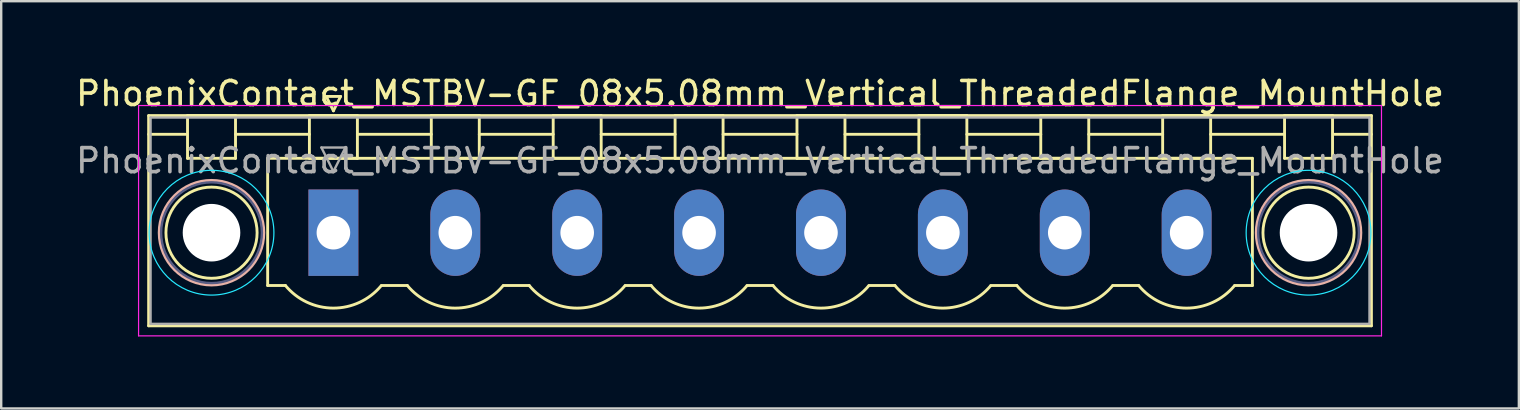
<source format=kicad_pcb>
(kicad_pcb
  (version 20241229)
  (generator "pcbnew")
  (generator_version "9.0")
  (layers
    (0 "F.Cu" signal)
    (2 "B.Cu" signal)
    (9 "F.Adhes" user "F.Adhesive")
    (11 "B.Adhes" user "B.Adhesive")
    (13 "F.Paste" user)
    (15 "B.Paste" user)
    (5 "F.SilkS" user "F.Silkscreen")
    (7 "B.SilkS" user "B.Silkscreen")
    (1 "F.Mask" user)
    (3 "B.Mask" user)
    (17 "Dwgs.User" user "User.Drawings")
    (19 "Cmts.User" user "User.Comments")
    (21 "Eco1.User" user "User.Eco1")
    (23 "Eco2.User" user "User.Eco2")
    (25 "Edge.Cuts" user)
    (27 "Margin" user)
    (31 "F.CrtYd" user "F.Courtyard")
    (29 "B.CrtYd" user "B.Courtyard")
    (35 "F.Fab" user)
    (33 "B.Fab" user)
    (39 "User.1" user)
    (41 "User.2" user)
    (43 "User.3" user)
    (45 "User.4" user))
  (footprint "PhoenixContact_MSTBV-GF_08x5.08mm_Vertical_ThreadedFlange_MountHole"
    (layer "F.Cu")
    (at 10.845 6.648)
    (property "Reference" "PhoenixContact_MSTBV-GF_08x5.08mm_Vertical_ThreadedFlange_MountHole" (at 17.78 -5.8 0) (layer "F.SilkS") (effects (font (size 1 1) (thickness 0.15))))
    (attr through_hole)
    (fp_line (start -7.7 -4.88) (end -7.7 3.88) (stroke (width 0.12) (type solid)) (layer "F.SilkS"))
    (fp_line (start -7.7 -4.1) (end -6.16 -4.1) (stroke (width 0.12) (type solid)) (layer "F.SilkS"))
    (fp_line (start -7.7 3.88) (end 43.26 3.88) (stroke (width 0.12) (type solid)) (layer "F.SilkS"))
    (fp_line (start -6.08 -4.88) (end -4.08 -4.88) (stroke (width 0.12) (type solid)) (layer "F.SilkS"))
    (fp_line (start -6.08 -3.1) (end -6.08 -4.88) (stroke (width 0.12) (type solid)) (layer "F.SilkS"))
    (fp_line (start -4.08 -4.88) (end -4.08 -3.1) (stroke (width 0.12) (type solid)) (layer "F.SilkS"))
    (fp_line (start -4.08 -4.1) (end -1 -4.1) (stroke (width 0.12) (type solid)) (layer "F.SilkS"))
    (fp_line (start -4.08 -3.1) (end -6.08 -3.1) (stroke (width 0.12) (type solid)) (layer "F.SilkS"))
    (fp_line (start -2.74 -3.1) (end 38.3 -3.1) (stroke (width 0.12) (type solid)) (layer "F.SilkS"))
    (fp_line (start -2.74 2.2) (end -2.74 -3.1) (stroke (width 0.12) (type solid)) (layer "F.SilkS"))
    (fp_line (start -2 2.2) (end -2.74 2.2) (stroke (width 0.12) (type solid)) (layer "F.SilkS"))
    (fp_line (start -1 -4.88) (end 1 -4.88) (stroke (width 0.12) (type solid)) (layer "F.SilkS"))
    (fp_line (start -1 -3.1) (end -1 -4.88) (stroke (width 0.12) (type solid)) (layer "F.SilkS"))
    (fp_line (start -0.3 -5.68) (end 0.3 -5.68) (stroke (width 0.12) (type solid)) (layer "F.SilkS"))
    (fp_line (start 0 -5.08) (end -0.3 -5.68) (stroke (width 0.12) (type solid)) (layer "F.SilkS"))
    (fp_line (start 0.3 -5.68) (end 0 -5.08) (stroke (width 0.12) (type solid)) (layer "F.SilkS"))
    (fp_line (start 1 -4.88) (end 1 -3.1) (stroke (width 0.12) (type solid)) (layer "F.SilkS"))
    (fp_line (start 1 -4.1) (end 4.08 -4.1) (stroke (width 0.12) (type solid)) (layer "F.SilkS"))
    (fp_line (start 1 -3.1) (end -1 -3.1) (stroke (width 0.12) (type solid)) (layer "F.SilkS"))
    (fp_line (start 2 2.2) (end 3.08 2.2) (stroke (width 0.12) (type solid)) (layer "F.SilkS"))
    (fp_line (start 4.08 -4.88) (end 6.08 -4.88) (stroke (width 0.12) (type solid)) (layer "F.SilkS"))
    (fp_line (start 4.08 -3.1) (end 4.08 -4.88) (stroke (width 0.12) (type solid)) (layer "F.SilkS"))
    (fp_line (start 6.08 -4.88) (end 6.08 -3.1) (stroke (width 0.12) (type solid)) (layer "F.SilkS"))
    (fp_line (start 6.08 -4.1) (end 9.16 -4.1) (stroke (width 0.12) (type solid)) (layer "F.SilkS"))
    (fp_line (start 6.08 -3.1) (end 4.08 -3.1) (stroke (width 0.12) (type solid)) (layer "F.SilkS"))
    (fp_line (start 7.08 2.2) (end 8.16 2.2) (stroke (width 0.12) (type solid)) (layer "F.SilkS"))
    (fp_line (start 9.16 -4.88) (end 11.16 -4.88) (stroke (width 0.12) (type solid)) (layer "F.SilkS"))
    (fp_line (start 9.16 -3.1) (end 9.16 -4.88) (stroke (width 0.12) (type solid)) (layer "F.SilkS"))
    (fp_line (start 11.16 -4.88) (end 11.16 -3.1) (stroke (width 0.12) (type solid)) (layer "F.SilkS"))
    (fp_line (start 11.16 -4.1) (end 14.24 -4.1) (stroke (width 0.12) (type solid)) (layer "F.SilkS"))
    (fp_line (start 11.16 -3.1) (end 9.16 -3.1) (stroke (width 0.12) (type solid)) (layer "F.SilkS"))
    (fp_line (start 12.16 2.2) (end 13.24 2.2) (stroke (width 0.12) (type solid)) (layer "F.SilkS"))
    (fp_line (start 14.24 -4.88) (end 16.24 -4.88) (stroke (width 0.12) (type solid)) (layer "F.SilkS"))
    (fp_line (start 14.24 -3.1) (end 14.24 -4.88) (stroke (width 0.12) (type solid)) (layer "F.SilkS"))
    (fp_line (start 16.24 -4.88) (end 16.24 -3.1) (stroke (width 0.12) (type solid)) (layer "F.SilkS"))
    (fp_line (start 16.24 -4.1) (end 19.32 -4.1) (stroke (width 0.12) (type solid)) (layer "F.SilkS"))
    (fp_line (start 16.24 -3.1) (end 14.24 -3.1) (stroke (width 0.12) (type solid)) (layer "F.SilkS"))
    (fp_line (start 17.24 2.2) (end 18.32 2.2) (stroke (width 0.12) (type solid)) (layer "F.SilkS"))
    (fp_line (start 19.32 -4.88) (end 21.32 -4.88) (stroke (width 0.12) (type solid)) (layer "F.SilkS"))
    (fp_line (start 19.32 -3.1) (end 19.32 -4.88) (stroke (width 0.12) (type solid)) (layer "F.SilkS"))
    (fp_line (start 21.32 -4.88) (end 21.32 -3.1) (stroke (width 0.12) (type solid)) (layer "F.SilkS"))
    (fp_line (start 21.32 -4.1) (end 24.4 -4.1) (stroke (width 0.12) (type solid)) (layer "F.SilkS"))
    (fp_line (start 21.32 -3.1) (end 19.32 -3.1) (stroke (width 0.12) (type solid)) (layer "F.SilkS"))
    (fp_line (start 22.32 2.2) (end 23.4 2.2) (stroke (width 0.12) (type solid)) (layer "F.SilkS"))
    (fp_line (start 24.4 -4.88) (end 26.4 -4.88) (stroke (width 0.12) (type solid)) (layer "F.SilkS"))
    (fp_line (start 24.4 -3.1) (end 24.4 -4.88) (stroke (width 0.12) (type solid)) (layer "F.SilkS"))
    (fp_line (start 26.4 -4.88) (end 26.4 -3.1) (stroke (width 0.12) (type solid)) (layer "F.SilkS"))
    (fp_line (start 26.4 -4.1) (end 29.48 -4.1) (stroke (width 0.12) (type solid)) (layer "F.SilkS"))
    (fp_line (start 26.4 -3.1) (end 24.4 -3.1) (stroke (width 0.12) (type solid)) (layer "F.SilkS"))
    (fp_line (start 27.4 2.2) (end 28.48 2.2) (stroke (width 0.12) (type solid)) (layer "F.SilkS"))
    (fp_line (start 29.48 -4.88) (end 31.48 -4.88) (stroke (width 0.12) (type solid)) (layer "F.SilkS"))
    (fp_line (start 29.48 -3.1) (end 29.48 -4.88) (stroke (width 0.12) (type solid)) (layer "F.SilkS"))
    (fp_line (start 31.48 -4.88) (end 31.48 -3.1) (stroke (width 0.12) (type solid)) (layer "F.SilkS"))
    (fp_line (start 31.48 -4.1) (end 34.56 -4.1) (stroke (width 0.12) (type solid)) (layer "F.SilkS"))
    (fp_line (start 31.48 -3.1) (end 29.48 -3.1) (stroke (width 0.12) (type solid)) (layer "F.SilkS"))
    (fp_line (start 32.48 2.2) (end 33.56 2.2) (stroke (width 0.12) (type solid)) (layer "F.SilkS"))
    (fp_line (start 34.56 -4.88) (end 36.56 -4.88) (stroke (width 0.12) (type solid)) (layer "F.SilkS"))
    (fp_line (start 34.56 -3.1) (end 34.56 -4.88) (stroke (width 0.12) (type solid)) (layer "F.SilkS"))
    (fp_line (start 36.56 -4.88) (end 36.56 -3.1) (stroke (width 0.12) (type solid)) (layer "F.SilkS"))
    (fp_line (start 36.56 -4.1) (end 39.64 -4.1) (stroke (width 0.12) (type solid)) (layer "F.SilkS"))
    (fp_line (start 36.56 -3.1) (end 34.56 -3.1) (stroke (width 0.12) (type solid)) (layer "F.SilkS"))
    (fp_line (start 38.3 -3.1) (end 38.3 2.2) (stroke (width 0.12) (type solid)) (layer "F.SilkS"))
    (fp_line (start 38.3 2.2) (end 37.56 2.2) (stroke (width 0.12) (type solid)) (layer "F.SilkS"))
    (fp_line (start 39.64 -4.88) (end 41.64 -4.88) (stroke (width 0.12) (type solid)) (layer "F.SilkS"))
    (fp_line (start 39.64 -3.1) (end 39.64 -4.88) (stroke (width 0.12) (type solid)) (layer "F.SilkS"))
    (fp_line (start 41.64 -4.88) (end 41.64 -3.1) (stroke (width 0.12) (type solid)) (layer "F.SilkS"))
    (fp_line (start 41.64 -3.1) (end 39.64 -3.1) (stroke (width 0.12) (type solid)) (layer "F.SilkS"))
    (fp_line (start 43.26 -4.88) (end -7.7 -4.88) (stroke (width 0.12) (type solid)) (layer "F.SilkS"))
    (fp_line (start 43.26 -4.1) (end 41.72 -4.1) (stroke (width 0.12) (type solid)) (layer "F.SilkS"))
    (fp_line (start 43.26 3.88) (end 43.26 -4.88) (stroke (width 0.12) (type solid)) (layer "F.SilkS"))
    (fp_arc (start 1.986842 2.215821) (mid -0.010289 3.142758) (end -2 2.2) (stroke (width 0.12) (type solid)) (layer "F.SilkS"))
    (fp_arc (start 7.066842 2.215821) (mid 5.069711 3.142758) (end 3.08 2.2) (stroke (width 0.12) (type solid)) (layer "F.SilkS"))
    (fp_arc (start 12.146842 2.215821) (mid 10.149711 3.142758) (end 8.16 2.2) (stroke (width 0.12) (type solid)) (layer "F.SilkS"))
    (fp_arc (start 17.226842 2.215821) (mid 15.229711 3.142758) (end 13.24 2.2) (stroke (width 0.12) (type solid)) (layer "F.SilkS"))
    (fp_arc (start 22.306842 2.215821) (mid 20.309711 3.142758) (end 18.32 2.2) (stroke (width 0.12) (type solid)) (layer "F.SilkS"))
    (fp_arc (start 27.386842 2.215821) (mid 25.389711 3.142758) (end 23.4 2.2) (stroke (width 0.12) (type solid)) (layer "F.SilkS"))
    (fp_arc (start 32.466842 2.215821) (mid 30.469711 3.142758) (end 28.48 2.2) (stroke (width 0.12) (type solid)) (layer "F.SilkS"))
    (fp_arc (start 37.546842 2.215821) (mid 35.549711 3.142758) (end 33.56 2.2) (stroke (width 0.12) (type solid)) (layer "F.SilkS"))
    (fp_circle (center -5.08 0) (end -3.18 0) (stroke (width 0.12) (type solid)) (fill no) (layer "F.SilkS"))
    (fp_circle (center 40.64 0) (end 42.54 0) (stroke (width 0.12) (type solid)) (fill no) (layer "F.SilkS"))
    (fp_circle (center -5.08 0) (end -2.9 0) (stroke (width 0.12) (type solid)) (fill no) (layer "B.SilkS"))
    (fp_circle (center 40.64 0) (end 42.82 0) (stroke (width 0.12) (type solid)) (fill no) (layer "B.SilkS"))
    (fp_circle (center -5.08 0) (end -2.48 0) (stroke (width 0.05) (type solid)) (fill no) (layer "B.CrtYd"))
    (fp_circle (center 40.64 0) (end 43.24 0) (stroke (width 0.05) (type solid)) (fill no) (layer "B.CrtYd"))
    (fp_line (start -8.12 -5.3) (end -8.12 4.3) (stroke (width 0.05) (type solid)) (layer "F.CrtYd"))
    (fp_line (start -8.12 4.3) (end 43.68 4.3) (stroke (width 0.05) (type solid)) (layer "F.CrtYd"))
    (fp_line (start 43.68 -5.3) (end -8.12 -5.3) (stroke (width 0.05) (type solid)) (layer "F.CrtYd"))
    (fp_line (start 43.68 4.3) (end 43.68 -5.3) (stroke (width 0.05) (type solid)) (layer "F.CrtYd"))
    (fp_circle (center -5.08 0) (end -2.98 0) (stroke (width 0.1) (type solid)) (fill no) (layer "B.Fab"))
    (fp_circle (center 40.64 0) (end 42.74 0) (stroke (width 0.1) (type solid)) (fill no) (layer "B.Fab"))
    (fp_line (start -7.62 -4.8) (end -7.62 3.8) (stroke (width 0.1) (type solid)) (layer "F.Fab"))
    (fp_line (start -7.62 3.8) (end 43.18 3.8) (stroke (width 0.1) (type solid)) (layer "F.Fab"))
    (fp_line (start -0.5 -3.55) (end 0.5 -3.55) (stroke (width 0.1) (type solid)) (layer "F.Fab"))
    (fp_line (start 0 -2.55) (end -0.5 -3.55) (stroke (width 0.1) (type solid)) (layer "F.Fab"))
    (fp_line (start 0.5 -3.55) (end 0 -2.55) (stroke (width 0.1) (type solid)) (layer "F.Fab"))
    (fp_line (start 43.18 -4.8) (end -7.62 -4.8) (stroke (width 0.1) (type solid)) (layer "F.Fab"))
    (fp_line (start 43.18 3.8) (end 43.18 -4.8) (stroke (width 0.1) (type solid)) (layer "F.Fab"))
    (fp_text user "${REFERENCE}" (at 17.78 -3 0) (layer "F.Fab") (effects (font (size 1 1) (thickness 0.15))))
    (pad "" np_thru_hole circle (at -5.08 0) (size 2.4 2.4) (drill 2.4) (layers "*.Cu" "*.Mask"))
    (pad "" np_thru_hole circle (at 40.64 0) (size 2.4 2.4) (drill 2.4) (layers "*.Cu" "*.Mask"))
    (pad "1" thru_hole rect (at 0 0) (size 2.08 3.6) (drill 1.4) (layers "*.Cu" "*.Mask"))
    (pad "2" thru_hole oval (at 5.08 0) (size 2.08 3.6) (drill 1.4) (layers "*.Cu" "*.Mask"))
    (pad "3" thru_hole oval (at 10.16 0) (size 2.08 3.6) (drill 1.4) (layers "*.Cu" "*.Mask"))
    (pad "4" thru_hole oval (at 15.24 0) (size 2.08 3.6) (drill 1.4) (layers "*.Cu" "*.Mask"))
    (pad "5" thru_hole oval (at 20.32 0) (size 2.08 3.6) (drill 1.4) (layers "*.Cu" "*.Mask"))
    (pad "6" thru_hole oval (at 25.4 0) (size 2.08 3.6) (drill 1.4) (layers "*.Cu" "*.Mask"))
    (pad "7" thru_hole oval (at 30.48 0) (size 2.08 3.6) (drill 1.4) (layers "*.Cu" "*.Mask"))
    (pad "8" thru_hole oval (at 35.56 0) (size 2.08 3.6) (drill 1.4) (layers "*.Cu" "*.Mask")))
  (gr_rect
    (start -3 -3)
    (end 60.25 13.973)
    (stroke (width 0.1) (type default))
    (fill no)
    (layer "Edge.Cuts")))
</source>
